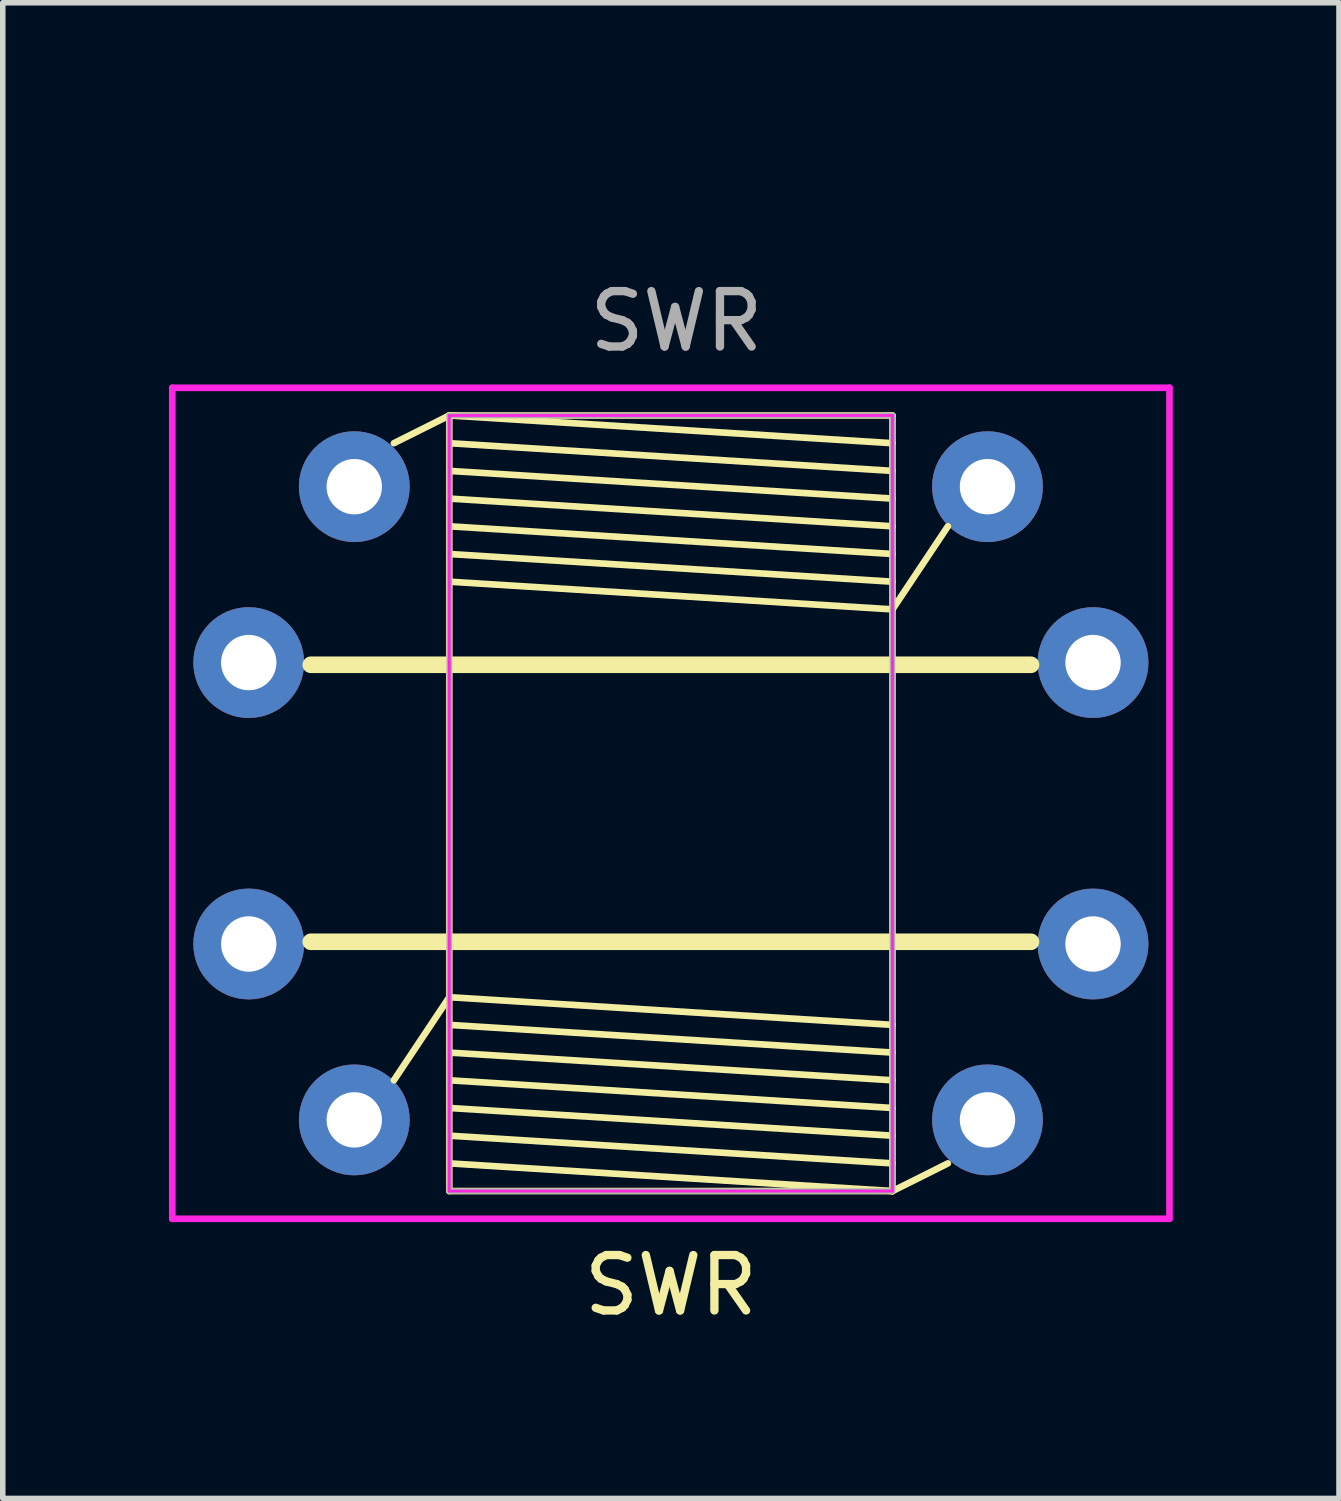
<source format=kicad_pcb>
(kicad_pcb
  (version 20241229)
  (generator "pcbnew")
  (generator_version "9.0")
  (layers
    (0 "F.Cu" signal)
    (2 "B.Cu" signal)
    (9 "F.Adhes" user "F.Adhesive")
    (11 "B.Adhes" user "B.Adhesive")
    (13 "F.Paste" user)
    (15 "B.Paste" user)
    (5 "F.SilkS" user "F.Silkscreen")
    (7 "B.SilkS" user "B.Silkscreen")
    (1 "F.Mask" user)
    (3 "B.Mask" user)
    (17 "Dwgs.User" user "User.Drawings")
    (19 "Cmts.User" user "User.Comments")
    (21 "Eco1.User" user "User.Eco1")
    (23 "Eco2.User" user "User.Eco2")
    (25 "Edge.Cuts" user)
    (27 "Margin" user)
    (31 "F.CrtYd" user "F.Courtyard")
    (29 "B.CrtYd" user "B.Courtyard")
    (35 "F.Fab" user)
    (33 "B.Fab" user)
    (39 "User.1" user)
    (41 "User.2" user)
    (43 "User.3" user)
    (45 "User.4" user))
  (footprint "SWR"
    (layer "F.Cu")
    (at 9.16 0.25)
    (property "Reference" "SWR" (at -0.1 19.9 0) (unlocked yes) (layer "F.SilkS") (effects (font (size 1 1) (thickness 0.15))))
    (attr through_hole)
    (fp_line (start -4.1 4.2) (end -5.1 4.7) (stroke (width 0.12) (type solid)) (layer "F.SilkS"))
    (fp_line (start -4.1 4.2) (end 3.9 4.2) (stroke (width 0.12) (type solid)) (layer "F.SilkS"))
    (fp_line (start -4.1 14.7) (end -5.1 16.2) (stroke (width 0.12) (type solid)) (layer "F.SilkS"))
    (fp_line (start -4.1 18.2) (end -4.1 4.2) (stroke (width 0.12) (type solid)) (layer "F.SilkS"))
    (fp_line (start -4.1 18.2) (end 3.9 18.2) (stroke (width 0.12) (type solid)) (layer "F.SilkS"))
    (fp_line (start 3.9 4.7) (end -4.1 4.2) (stroke (width 0.12) (type solid)) (layer "F.SilkS"))
    (fp_line (start 3.9 5.2) (end -4.1 4.7) (stroke (width 0.12) (type solid)) (layer "F.SilkS"))
    (fp_line (start 3.9 5.7) (end -4.1 5.2) (stroke (width 0.12) (type solid)) (layer "F.SilkS"))
    (fp_line (start 3.9 6.2) (end -4.1 5.7) (stroke (width 0.12) (type solid)) (layer "F.SilkS"))
    (fp_line (start 3.9 6.7) (end -4.1 6.2) (stroke (width 0.12) (type solid)) (layer "F.SilkS"))
    (fp_line (start 3.9 7.2) (end -4.1 6.7) (stroke (width 0.12) (type solid)) (layer "F.SilkS"))
    (fp_line (start 3.9 7.7) (end -4.1 7.2) (stroke (width 0.12) (type solid)) (layer "F.SilkS"))
    (fp_line (start 3.9 7.7) (end 4.9 6.2) (stroke (width 0.12) (type solid)) (layer "F.SilkS"))
    (fp_line (start 3.9 15.2) (end -4.1 14.7) (stroke (width 0.12) (type solid)) (layer "F.SilkS"))
    (fp_line (start 3.9 15.7) (end -4.1 15.2) (stroke (width 0.12) (type solid)) (layer "F.SilkS"))
    (fp_line (start 3.9 16.2) (end -4.1 15.7) (stroke (width 0.12) (type solid)) (layer "F.SilkS"))
    (fp_line (start 3.9 16.7) (end -4.1 16.2) (stroke (width 0.12) (type solid)) (layer "F.SilkS"))
    (fp_line (start 3.9 17.2) (end -4.1 16.7) (stroke (width 0.12) (type solid)) (layer "F.SilkS"))
    (fp_line (start 3.9 17.7) (end -4.1 17.2) (stroke (width 0.12) (type solid)) (layer "F.SilkS"))
    (fp_line (start 3.9 18.2) (end -4.1 17.7) (stroke (width 0.12) (type solid)) (layer "F.SilkS"))
    (fp_line (start 3.9 18.2) (end 3.9 4.2) (stroke (width 0.12) (type solid)) (layer "F.SilkS"))
    (fp_line (start 3.9 18.2) (end 4.9 17.7) (stroke (width 0.12) (type solid)) (layer "F.SilkS"))
    (fp_line (start 6.4 8.7) (end -6.6 8.7) (stroke (width 0.3) (type solid)) (layer "F.SilkS"))
    (fp_line (start 6.4 13.7) (end -6.6 13.7) (stroke (width 0.3) (type solid)) (layer "F.SilkS"))
    (fp_line (start -9.1 3.7) (end 8.9 3.7) (stroke (width 0.12) (type solid)) (layer "F.CrtYd"))
    (fp_line (start -9.1 18.7) (end -9.1 3.7) (stroke (width 0.12) (type solid)) (layer "F.CrtYd"))
    (fp_line (start -4.1 4.2) (end -4.1 18.2) (stroke (width 0.05) (type solid)) (layer "F.CrtYd"))
    (fp_line (start -4.1 18.2) (end 3.9 18.2) (stroke (width 0.05) (type solid)) (layer "F.CrtYd"))
    (fp_line (start 3.9 4.2) (end -4.1 4.2) (stroke (width 0.05) (type solid)) (layer "F.CrtYd"))
    (fp_line (start 3.9 18.2) (end 3.9 4.2) (stroke (width 0.05) (type solid)) (layer "F.CrtYd"))
    (fp_line (start 8.9 3.7) (end 8.9 18.7) (stroke (width 0.12) (type solid)) (layer "F.CrtYd"))
    (fp_line (start 8.9 18.7) (end -9.1 18.7) (stroke (width 0.12) (type solid)) (layer "F.CrtYd"))
    (fp_line (start -4.1 4.2) (end -4.1 18.2) (stroke (width 0.1) (type solid)) (layer "F.Fab"))
    (fp_line (start -4.1 18.2) (end 3.9 18.2) (stroke (width 0.1) (type solid)) (layer "F.Fab"))
    (fp_line (start 3.9 4.2) (end -4.1 4.2) (stroke (width 0.1) (type solid)) (layer "F.Fab"))
    (fp_line (start 3.9 18.2) (end 3.9 4.2) (stroke (width 0.1) (type solid)) (layer "F.Fab"))
    (fp_text user "${REFERENCE}" (at 0 2.5 0) (unlocked yes) (layer "F.Fab") (effects (font (size 1 1) (thickness 0.15))))
    (pad "1" thru_hole circle (at 7.52 13.74 90) (size 2 2) (drill 1) (layers "*.Cu" "*.Mask"))
    (pad "2" thru_hole circle (at 5.615 16.915 90) (size 2 2) (drill 1) (layers "*.Cu" "*.Mask"))
    (pad "3" thru_hole circle (at -5.815 16.915 90) (size 2 2) (drill 1) (layers "*.Cu" "*.Mask"))
    (pad "4" thru_hole circle (at -7.72 13.74 90) (size 2 2) (drill 1) (layers "*.Cu" "*.Mask"))
    (pad "5" thru_hole circle (at -7.72 8.66 90) (size 2 2) (drill 1) (layers "*.Cu" "*.Mask"))
    (pad "6" thru_hole circle (at -5.815 5.485 90) (size 2 2) (drill 1) (layers "*.Cu" "*.Mask"))
    (pad "7" thru_hole circle (at 5.615 5.485 90) (size 2 2) (drill 1) (layers "*.Cu" "*.Mask"))
    (pad "8" thru_hole circle (at 7.52 8.66 90) (size 2 2) (drill 1) (layers "*.Cu" "*.Mask")))
  (gr_rect
    (start -3 -3)
    (end 21.12 23.998)
    (stroke (width 0.1) (type default))
    (fill no)
    (layer "Edge.Cuts")))
</source>
